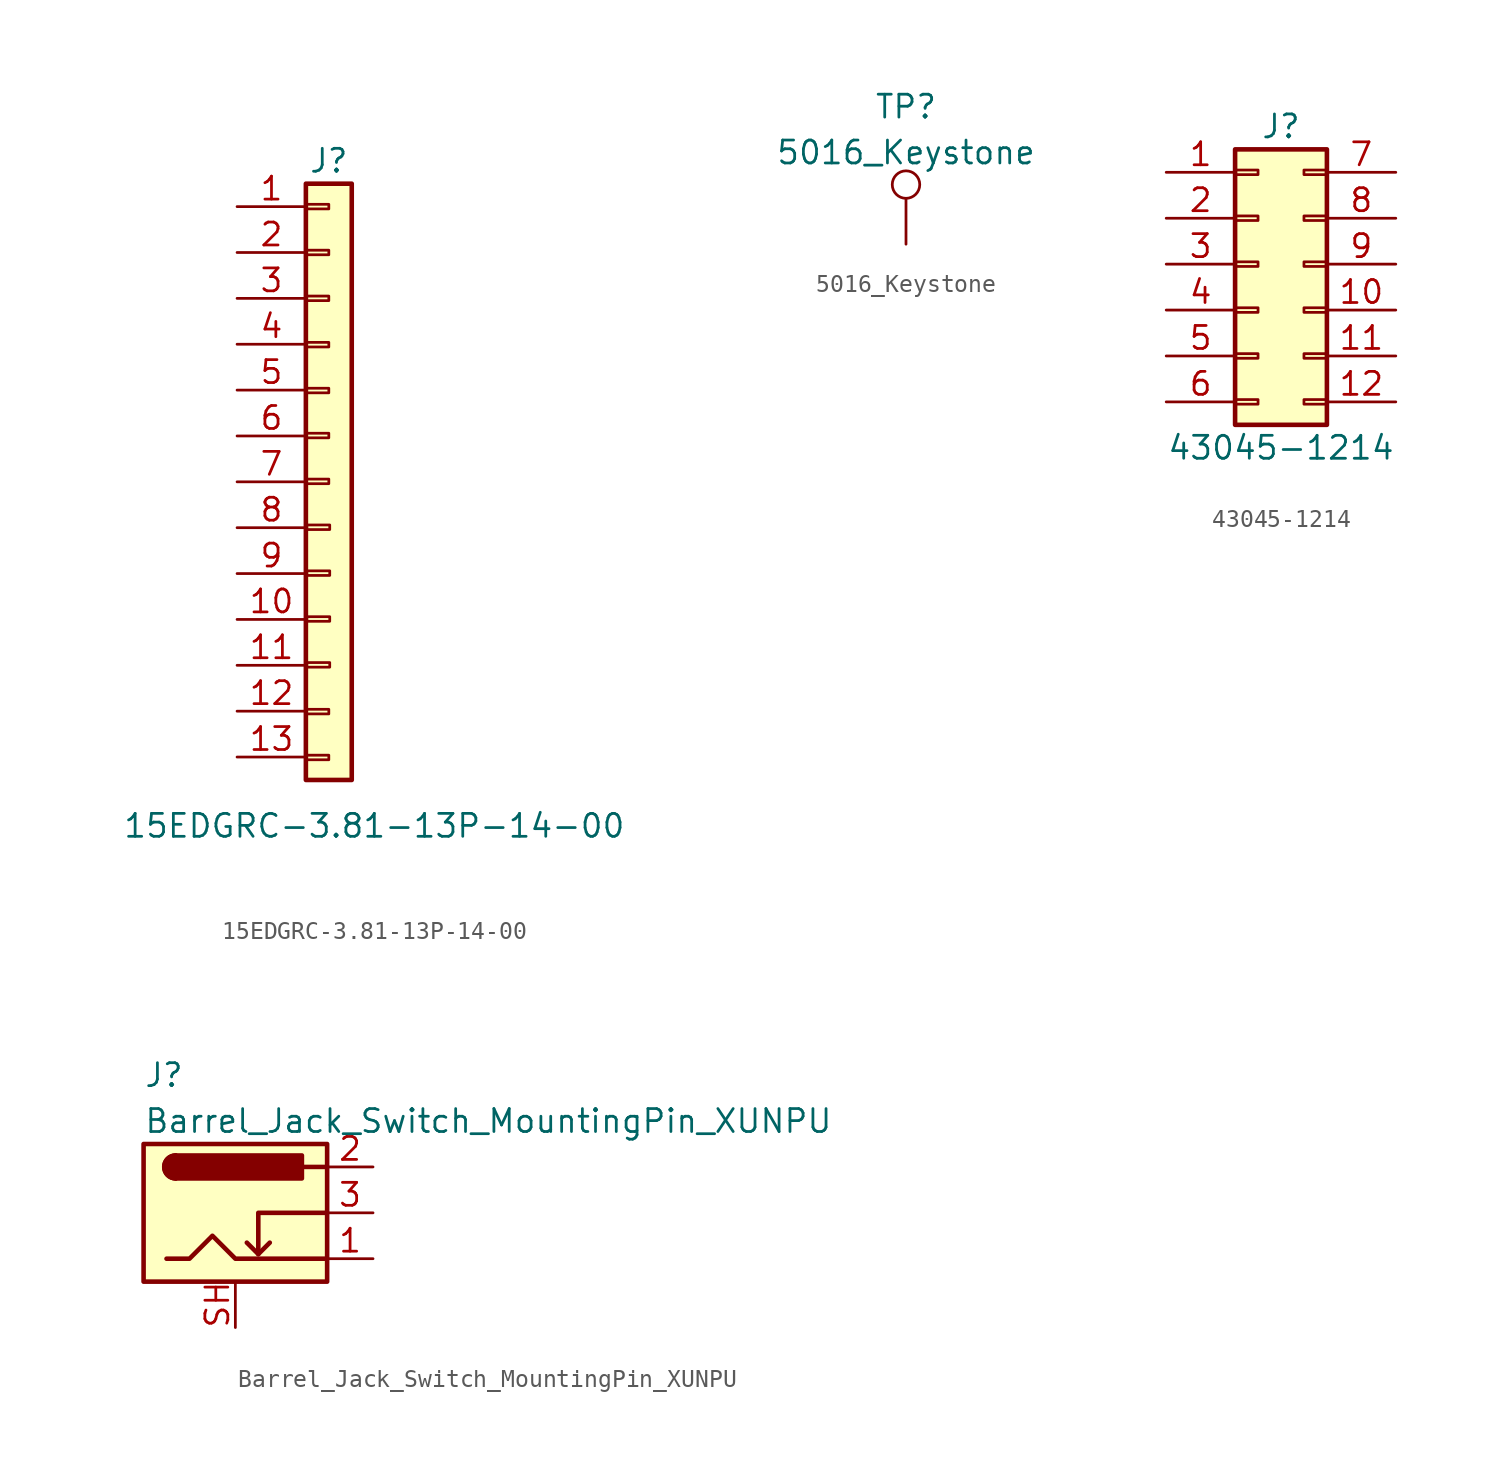
<source format=kicad_sym>
(kicad_symbol_lib
  (version 20231120)
  (generator "kicad_symbol_editor")
  (generator_version "8.0")
  (symbol "15EDGRC-3.81-13P-14-00"
    (pin_names
      (offset 1.016))
    (property "Reference" "J"
      (at 0 16.51 0)
      (effects (font (size 1.27 1.27))))
    (property "Value" "15EDGRC-3.81-13P-14-00"
      (at -11.43 -20.32 0)
      (effects (font (size 1.27 1.27)) (justify left)))
    (symbol "15EDGRC-3.81-13P-14-00_1_1"
      (rectangle (start -1.27 -16.408) (end 0 -16.662) (stroke (width 0.152) (type default)) (fill (type none)))
      (rectangle (start -1.27 -13.868) (end 0 -14.122) (stroke (width 0.152) (type default)) (fill (type none)))
      (rectangle (start -1.27 -1.118) (end 0 -1.372) (stroke (width 0.152) (type default)) (fill (type none)))
      (rectangle (start -1.27 1.422) (end 0 1.168) (stroke (width 0.152) (type default)) (fill (type none)))
      (rectangle (start -1.27 3.912) (end 0 3.658) (stroke (width 0.152) (type default)) (fill (type none)))
      (rectangle (start -1.27 6.452) (end 0 6.198) (stroke (width 0.152) (type default)) (fill (type none)))
      (rectangle (start -1.27 9.017) (end 0 8.763) (stroke (width 0.152) (type default)) (fill (type none)))
      (rectangle (start -1.27 11.557) (end 0 11.303) (stroke (width 0.152) (type default)) (fill (type none)))
      (rectangle (start -1.27 14.097) (end 0 13.843) (stroke (width 0.152) (type default)) (fill (type none)))
      (rectangle (start -1.27 15.24) (end 1.27 -17.78) (stroke (width 0.254) (type default)) (fill (type background)))
      (rectangle (start -1.219 -11.278) (end 0.051 -11.532) (stroke (width 0.152) (type default)) (fill (type none)))
      (rectangle (start -1.219 -8.738) (end 0.051 -8.992) (stroke (width 0.152) (type default)) (fill (type none)))
      (rectangle (start -1.219 -6.198) (end 0.051 -6.452) (stroke (width 0.152) (type default)) (fill (type none)))
      (rectangle (start -1.219 -3.658) (end 0.051 -3.912) (stroke (width 0.152) (type default)) (fill (type none)))
      (pin passive line (at -5.08 13.97 0) (length 3.81) (name "~" (effects (font (size 1.27 1.27)))) (number "1" (effects (font (size 1.27 1.27)))))
      (pin passive line (at -5.08 -8.89 0) (length 3.81) (name "~" (effects (font (size 1.27 1.27)))) (number "10" (effects (font (size 1.27 1.27)))))
      (pin passive line (at -5.08 -11.43 0) (length 3.81) (name "~" (effects (font (size 1.27 1.27)))) (number "11" (effects (font (size 1.27 1.27)))))
      (pin passive line (at -5.08 -13.97 0) (length 3.81) (name "~" (effects (font (size 1.27 1.27)))) (number "12" (effects (font (size 1.27 1.27)))))
      (pin passive line (at -5.08 -16.51 0) (length 3.81) (name "~" (effects (font (size 1.27 1.27)))) (number "13" (effects (font (size 1.27 1.27)))))
      (pin passive line (at -5.08 11.43 0) (length 3.81) (name "~" (effects (font (size 1.27 1.27)))) (number "2" (effects (font (size 1.27 1.27)))))
      (pin passive line (at -5.08 8.89 0) (length 3.81) (name "~" (effects (font (size 1.27 1.27)))) (number "3" (effects (font (size 1.27 1.27)))))
      (pin passive line (at -5.08 6.35 0) (length 3.81) (name "~" (effects (font (size 1.27 1.27)))) (number "4" (effects (font (size 1.27 1.27)))))
      (pin passive line (at -5.08 3.81 0) (length 3.81) (name "~" (effects (font (size 1.27 1.27)))) (number "5" (effects (font (size 1.27 1.27)))))
      (pin passive line (at -5.08 1.27 0) (length 3.81) (name "~" (effects (font (size 1.27 1.27)))) (number "6" (effects (font (size 1.27 1.27)))))
      (pin passive line (at -5.08 -1.27 0) (length 3.81) (name "~" (effects (font (size 1.27 1.27)))) (number "7" (effects (font (size 1.27 1.27)))))
      (pin passive line (at -5.08 -3.81 0) (length 3.81) (name "~" (effects (font (size 1.27 1.27)))) (number "8" (effects (font (size 1.27 1.27)))))
      (pin passive line (at -5.08 -6.35 0) (length 3.81) (name "~" (effects (font (size 1.27 1.27)))) (number "9" (effects (font (size 1.27 1.27)))))))
  (symbol "5016_Keystone"
    (pin_numbers hide)
    (pin_names
      (offset 0) hide)
    (property "Reference" "TP"
      (at 0 7.62 0)
      (effects (font (size 1.27 1.27))))
    (property "Value" "5016_Keystone"
      (at 0 5.08 0)
      (effects (font (size 1.27 1.27))))
    (symbol "5016_Keystone_0_1"
      (circle (center 0 3.302) (radius 0.762) (stroke (width 0) (type default)) (fill (type none))))
    (symbol "5016_Keystone_1_1"
      (pin passive line (at 0 0 90) (length 2.54) (name "1" (effects (font (size 1.27 1.27)))) (number "1" (effects (font (size 1.27 1.27)))))))
  (symbol "43045-1214"
    (pin_names
      (offset 1.016) hide)
    (property "Reference" "J"
      (at 1.27 7.62 0)
      (effects (font (size 1.27 1.27))))
    (property "Value" "43045-1214"
      (at 1.27 -10.16 0)
      (effects (font (size 1.27 1.27))))
    (symbol "43045-1214_1_1"
      (rectangle (start -1.27 -7.493) (end 0 -7.747) (stroke (width 0.152) (type default)) (fill (type none)))
      (rectangle (start -1.27 -4.953) (end 0 -5.207) (stroke (width 0.152) (type default)) (fill (type none)))
      (rectangle (start -1.27 -2.413) (end 0 -2.667) (stroke (width 0.152) (type default)) (fill (type none)))
      (rectangle (start -1.27 0.127) (end 0 -0.127) (stroke (width 0.152) (type default)) (fill (type none)))
      (rectangle (start -1.27 2.667) (end 0 2.413) (stroke (width 0.152) (type default)) (fill (type none)))
      (rectangle (start -1.27 5.207) (end 0 4.953) (stroke (width 0.152) (type default)) (fill (type none)))
      (rectangle (start -1.27 6.35) (end 3.81 -8.89) (stroke (width 0.254) (type default)) (fill (type background)))
      (rectangle (start 3.81 -7.493) (end 2.54 -7.747) (stroke (width 0.152) (type default)) (fill (type none)))
      (rectangle (start 3.81 -4.953) (end 2.54 -5.207) (stroke (width 0.152) (type default)) (fill (type none)))
      (rectangle (start 3.81 -2.413) (end 2.54 -2.667) (stroke (width 0.152) (type default)) (fill (type none)))
      (rectangle (start 3.81 0.127) (end 2.54 -0.127) (stroke (width 0.152) (type default)) (fill (type none)))
      (rectangle (start 3.81 2.667) (end 2.54 2.413) (stroke (width 0.152) (type default)) (fill (type none)))
      (rectangle (start 3.81 5.207) (end 2.54 4.953) (stroke (width 0.152) (type default)) (fill (type none)))
      (pin passive line (at -5.08 5.08 0) (length 3.81) (name "Pin_1" (effects (font (size 1.27 1.27)))) (number "1" (effects (font (size 1.27 1.27)))))
      (pin passive line (at 7.62 -2.54 180) (length 3.81) (name "Pin_10" (effects (font (size 1.27 1.27)))) (number "10" (effects (font (size 1.27 1.27)))))
      (pin passive line (at 7.62 -5.08 180) (length 3.81) (name "Pin_11" (effects (font (size 1.27 1.27)))) (number "11" (effects (font (size 1.27 1.27)))))
      (pin passive line (at 7.62 -7.62 180) (length 3.81) (name "Pin_12" (effects (font (size 1.27 1.27)))) (number "12" (effects (font (size 1.27 1.27)))))
      (pin passive line (at -5.08 2.54 0) (length 3.81) (name "Pin_2" (effects (font (size 1.27 1.27)))) (number "2" (effects (font (size 1.27 1.27)))))
      (pin passive line (at -5.08 0 0) (length 3.81) (name "Pin_3" (effects (font (size 1.27 1.27)))) (number "3" (effects (font (size 1.27 1.27)))))
      (pin passive line (at -5.08 -2.54 0) (length 3.81) (name "Pin_4" (effects (font (size 1.27 1.27)))) (number "4" (effects (font (size 1.27 1.27)))))
      (pin passive line (at -5.08 -5.08 0) (length 3.81) (name "Pin_5" (effects (font (size 1.27 1.27)))) (number "5" (effects (font (size 1.27 1.27)))))
      (pin passive line (at -5.08 -7.62 0) (length 3.81) (name "Pin_6" (effects (font (size 1.27 1.27)))) (number "6" (effects (font (size 1.27 1.27)))))
      (pin passive line (at 7.62 5.08 180) (length 3.81) (name "Pin_7" (effects (font (size 1.27 1.27)))) (number "7" (effects (font (size 1.27 1.27)))))
      (pin passive line (at 7.62 2.54 180) (length 3.81) (name "Pin_8" (effects (font (size 1.27 1.27)))) (number "8" (effects (font (size 1.27 1.27)))))
      (pin passive line (at 7.62 0 180) (length 3.81) (name "Pin_9" (effects (font (size 1.27 1.27)))) (number "9" (effects (font (size 1.27 1.27)))))))
  (symbol "Barrel_Jack_Switch_MountingPin_XUNPU"
    (pin_names hide)
    (property "Reference" "J"
      (at -5.08 7.62 0)
      (effects (font (size 1.27 1.27)) (justify left)))
    (property "Value" "Barrel_Jack_Switch_MountingPin_XUNPU"
      (at -5.08 5.08 0)
      (effects (font (size 1.27 1.27)) (justify left)))
    (symbol "Barrel_Jack_Switch_MountingPin_XUNPU_0_1"
      (rectangle (start -5.08 3.81) (end 5.08 -3.81) (stroke (width 0.254) (type default)) (fill (type background)))
      (arc (start -3.302 3.175) (mid -3.9343 2.54) (end -3.302 1.905) (stroke (width 0.254) (type default)) (fill (type none)))
      (arc (start -3.302 3.175) (mid -3.9343 2.54) (end -3.302 1.905) (stroke (width 0.254) (type default)) (fill (type outline)))
      (polyline (pts (xy 1.27 -2.286) (xy 1.905 -1.651)) (stroke (width 0.254) (type default)) (fill (type none)))
      (polyline (pts (xy 5.08 2.54) (xy 3.81 2.54)) (stroke (width 0.254) (type default)) (fill (type none)))
      (polyline (pts (xy 5.08 0) (xy 1.27 0) (xy 1.27 -2.286) (xy 0.635 -1.651)) (stroke (width 0.254) (type default)) (fill (type none)))
      (polyline (pts (xy -3.81 -2.54) (xy -2.54 -2.54) (xy -1.27 -1.27) (xy 0 -2.54) (xy 2.54 -2.54) (xy 5.08 -2.54)) (stroke (width 0.254) (type default)) (fill (type none)))
      (rectangle (start 3.683 3.175) (end -3.302 1.905) (stroke (width 0.254) (type default)) (fill (type outline))))
    (symbol "Barrel_Jack_Switch_MountingPin_XUNPU_1_1"
      (pin passive line (at 7.62 -2.54 180) (length 2.54) (name "~" (effects (font (size 1.27 1.27)))) (number "1" (effects (font (size 1.27 1.27)))))
      (pin passive line (at 7.62 2.54 180) (length 2.54) (name "~" (effects (font (size 1.27 1.27)))) (number "2" (effects (font (size 1.27 1.27)))))
      (pin passive line (at 7.62 0 180) (length 2.54) (name "~" (effects (font (size 1.27 1.27)))) (number "3" (effects (font (size 1.27 1.27)))))
      (pin passive line (at 0 -6.35 90) (length 2.54) (name "MountPin" (effects (font (size 1.27 1.27)))) (number "SH" (effects (font (size 1.27 1.27))))))))
</source>
